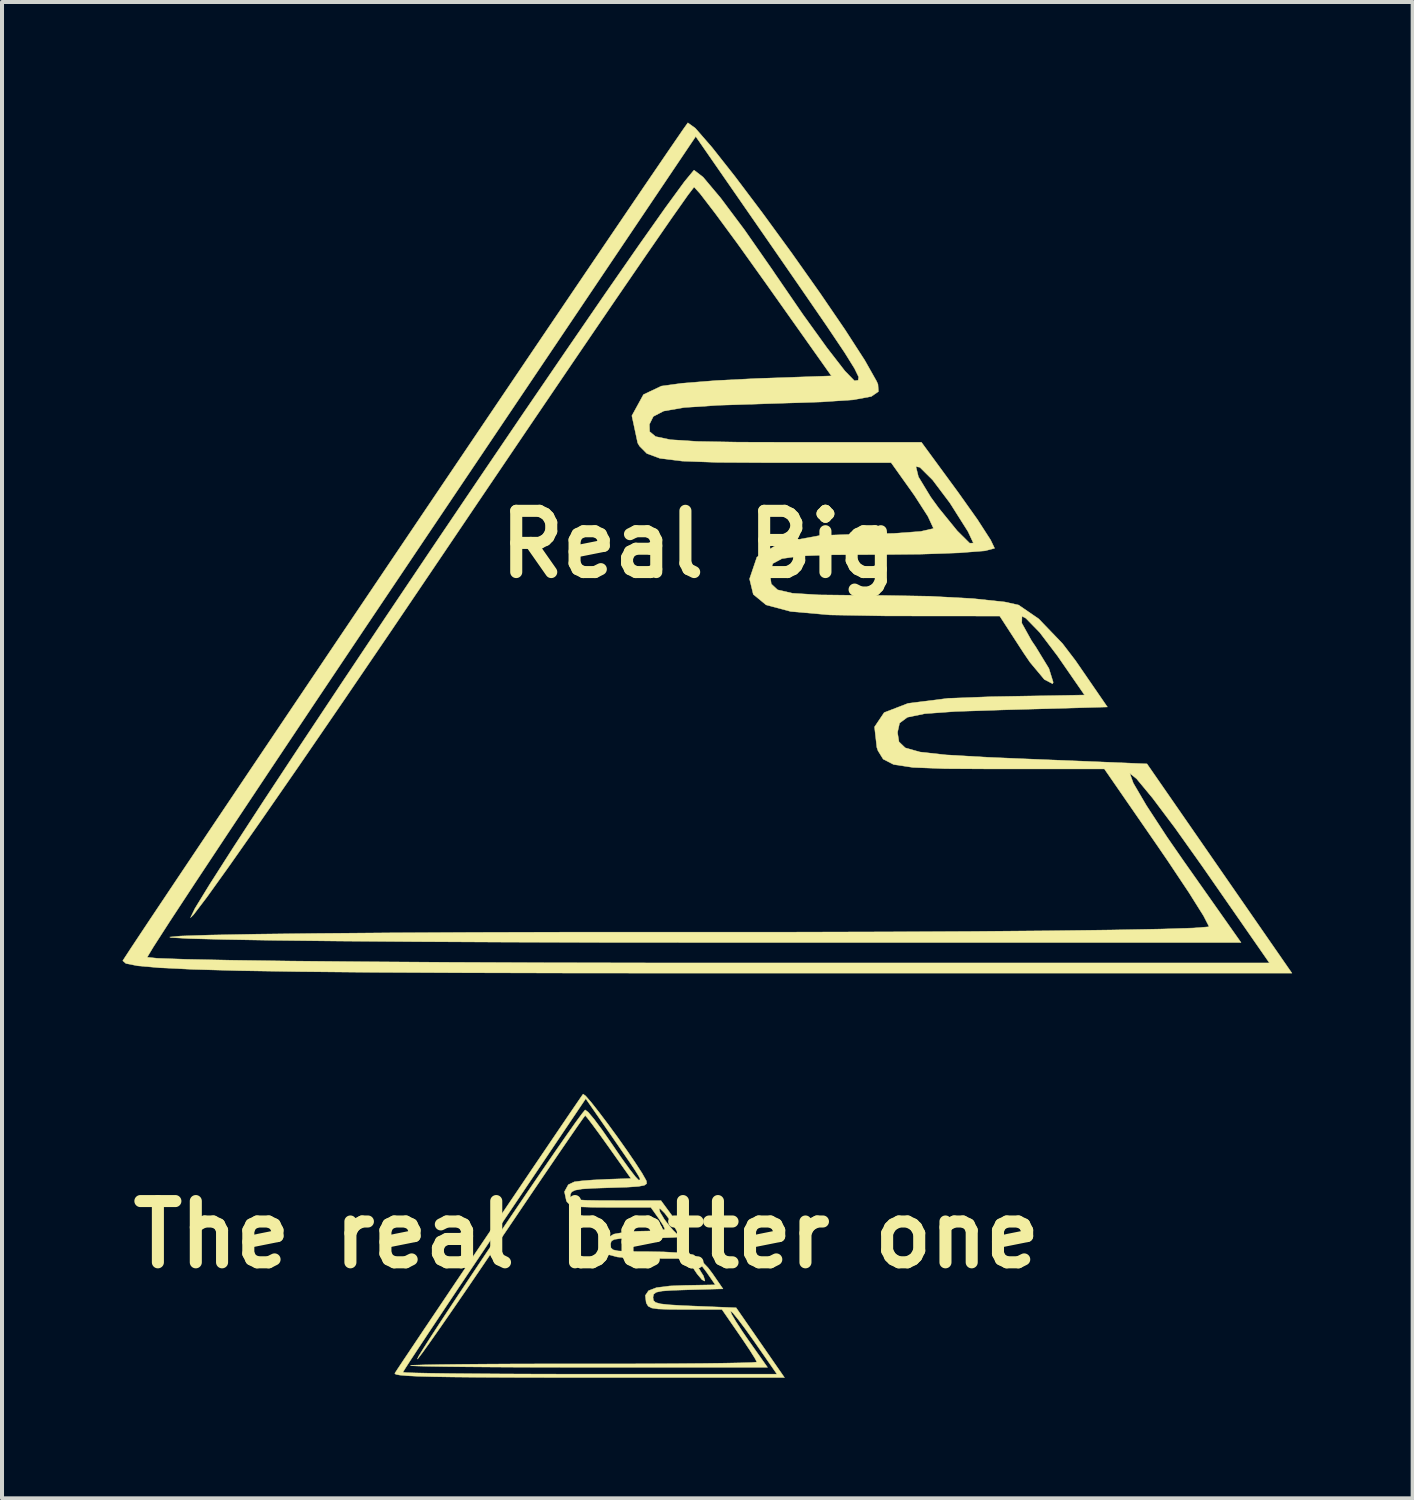
<source format=kicad_pcb>
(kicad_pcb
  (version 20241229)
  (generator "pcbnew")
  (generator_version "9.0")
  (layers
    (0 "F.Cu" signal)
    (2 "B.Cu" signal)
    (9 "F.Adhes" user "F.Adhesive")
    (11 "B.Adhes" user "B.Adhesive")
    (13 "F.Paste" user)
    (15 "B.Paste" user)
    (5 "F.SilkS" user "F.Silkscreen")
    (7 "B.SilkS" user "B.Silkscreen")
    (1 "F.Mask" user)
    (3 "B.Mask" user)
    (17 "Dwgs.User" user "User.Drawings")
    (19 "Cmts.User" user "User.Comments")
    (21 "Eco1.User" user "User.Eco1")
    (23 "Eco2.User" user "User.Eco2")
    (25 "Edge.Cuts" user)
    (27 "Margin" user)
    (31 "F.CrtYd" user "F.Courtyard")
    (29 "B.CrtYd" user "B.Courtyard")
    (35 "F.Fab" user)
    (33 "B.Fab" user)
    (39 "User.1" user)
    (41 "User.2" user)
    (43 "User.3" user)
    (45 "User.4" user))
  (footprint "The real better one"
    (layer "F.Cu")
    (at 11.546 27.666)
    (property "Reference" "The real better one" (at 0 0 0) (layer "F.SilkS") (effects (font (size 1.524 1.524) (thickness 0.3))))
    (attr through_hole)
    (fp_poly (pts (xy -0.026 -3.451) (xy 0.111 -3.293) (xy 0.303 -3.049) (xy 0.53 -2.749) (xy 0.771 -2.419) (xy 1.006 -2.086) (xy 1.215 -1.779) (xy 1.379 -1.526) (xy 1.477 -1.353) (xy 1.488 -1.327) (xy 1.492 -1.267) (xy 1.433 -1.226) (xy 1.285 -1.199) (xy 1.021 -1.181) (xy 0.616 -1.168) (xy 0.58 -1.167) (xy 0.16 -1.153) (xy -0.12 -1.135) (xy -0.289 -1.105) (xy -0.375 -1.061) (xy -0.407 -0.995) (xy -0.407 -0.995) (xy -0.405 -0.935) (xy -0.356 -0.894) (xy -0.234 -0.868) (xy -0.013 -0.854) (xy 0.332 -0.848) (xy 0.706 -0.847) (xy 1.848 -0.847) (xy 2.152 -0.433) (xy 2.313 -0.206) (xy 2.423 -0.036) (xy 2.455 0.033) (xy 2.376 0.053) (xy 2.162 0.07) (xy 1.847 0.081) (xy 1.524 0.085) (xy 1.116 0.087) (xy 0.849 0.096) (xy 0.692 0.118) (xy 0.617 0.158) (xy 0.594 0.222) (xy 0.593 0.254) (xy 0.603 0.328) (xy 0.655 0.377) (xy 0.778 0.405) (xy 1 0.419) (xy 1.351 0.423) (xy 1.518 0.423) (xy 1.919 0.43) (xy 2.275 0.45) (xy 2.541 0.478) (xy 2.654 0.503) (xy 2.821 0.617) (xy 3.018 0.822) (xy 3.127 0.966) (xy 3.391 1.349) (xy 2.521 1.373) (xy 2.129 1.386) (xy 1.876 1.404) (xy 1.732 1.434) (xy 1.667 1.482) (xy 1.651 1.555) (xy 1.651 1.566) (xy 1.662 1.638) (xy 1.715 1.688) (xy 1.836 1.722) (xy 2.054 1.746) (xy 2.395 1.766) (xy 2.685 1.778) (xy 3.719 1.82) (xy 4.32 2.688) (xy 4.921 3.556) (xy 0.042 3.556) (xy -1.024 3.555) (xy -1.932 3.553) (xy -2.692 3.549) (xy -3.315 3.543) (xy -3.812 3.535) (xy -4.193 3.525) (xy -4.469 3.511) (xy -4.65 3.495) (xy -4.749 3.476) (xy -4.775 3.453) (xy -4.773 3.45) (xy -4.756 3.424) (xy -4.572 3.424) (xy -4.49 3.433) (xy -4.254 3.441) (xy -3.879 3.449) (xy -3.38 3.456) (xy -2.774 3.461) (xy -2.074 3.466) (xy -1.297 3.469) (xy -0.458 3.471) (xy 0.081 3.471) (xy 4.734 3.471) (xy 4.175 2.666) (xy 3.952 2.353) (xy 3.765 2.104) (xy 3.633 1.944) (xy 3.576 1.899) (xy 3.605 1.98) (xy 3.715 2.166) (xy 3.885 2.427) (xy 4.018 2.62) (xy 4.499 3.302) (xy 0.034 3.302) (xy -0.816 3.301) (xy -1.611 3.299) (xy -2.336 3.295) (xy -2.976 3.29) (xy -3.515 3.284) (xy -3.938 3.277) (xy -4.229 3.269) (xy -4.373 3.261) (xy -4.386 3.257) (xy -4.294 3.248) (xy -4.05 3.24) (xy -3.669 3.233) (xy -3.167 3.227) (xy -2.56 3.222) (xy -1.865 3.218) (xy -1.097 3.216) (xy -0.273 3.216) (xy -0.053 3.216) (xy 0.781 3.216) (xy 1.561 3.214) (xy 2.272 3.21) (xy 2.898 3.205) (xy 3.422 3.198) (xy 3.829 3.19) (xy 4.103 3.182) (xy 4.227 3.172) (xy 4.233 3.169) (xy 4.188 3.081) (xy 4.068 2.889) (xy 3.893 2.627) (xy 3.799 2.49) (xy 3.366 1.863) (xy 2.45 1.863) (xy 2.046 1.86) (xy 1.778 1.85) (xy 1.618 1.826) (xy 1.531 1.781) (xy 1.488 1.711) (xy 1.479 1.684) (xy 1.459 1.514) (xy 1.539 1.395) (xy 1.737 1.319) (xy 2.07 1.277) (xy 2.426 1.263) (xy 3.201 1.249) (xy 2.976 0.924) (xy 2.829 0.731) (xy 2.714 0.613) (xy 2.682 0.596) (xy 2.681 0.653) (xy 2.762 0.8) (xy 2.797 0.852) (xy 2.906 1.029) (xy 2.941 1.144) (xy 2.936 1.156) (xy 2.868 1.121) (xy 2.749 0.979) (xy 2.694 0.898) (xy 2.498 0.595) (xy 1.562 0.594) (xy 1.09 0.585) (xy 0.764 0.557) (xy 0.56 0.502) (xy 0.454 0.415) (xy 0.423 0.288) (xy 0.423 0.285) (xy 0.484 0.106) (xy 0.674 -0.012) (xy 1.006 -0.073) (xy 1.318 -0.085) (xy 1.62 -0.091) (xy 1.843 -0.107) (xy 1.945 -0.131) (xy 1.947 -0.135) (xy 1.903 -0.231) (xy 1.793 -0.401) (xy 1.772 -0.431) (xy 1.62 -0.645) (xy 1.803 -0.645) (xy 1.824 -0.56) (xy 1.925 -0.392) (xy 1.991 -0.302) (xy 2.146 -0.112) (xy 2.248 -0.01) (xy 2.279 -0.011) (xy 2.235 -0.106) (xy 2.085 -0.343) (xy 1.941 -0.534) (xy 1.835 -0.639) (xy 1.803 -0.645) (xy 1.62 -0.645) (xy 1.597 -0.677) (xy 0.59 -0.677) (xy 0.158 -0.68) (xy -0.135 -0.69) (xy -0.321 -0.713) (xy -0.429 -0.753) (xy -0.49 -0.815) (xy -0.505 -0.841) (xy -0.553 -1.067) (xy -0.457 -1.242) (xy -0.308 -1.313) (xy -0.135 -1.336) (xy 0.148 -1.359) (xy 0.479 -1.375) (xy 0.487 -1.376) (xy 1.102 -1.397) (xy 0.548 -2.18) (xy 0.325 -2.491) (xy 0.139 -2.744) (xy 0.012 -2.91) (xy -0.037 -2.963) (xy -0.089 -2.895) (xy -0.226 -2.701) (xy -0.437 -2.395) (xy -0.714 -1.991) (xy -1.046 -1.504) (xy -1.424 -0.948) (xy -1.837 -0.336) (xy -2.122 0.085) (xy -2.553 0.723) (xy -2.955 1.314) (xy -3.319 1.844) (xy -3.634 2.299) (xy -3.89 2.664) (xy -4.078 2.927) (xy -4.188 3.072) (xy -4.213 3.096) (xy -4.177 3.02) (xy -4.055 2.822) (xy -3.862 2.519) (xy -3.607 2.128) (xy -3.303 1.667) (xy -2.961 1.152) (xy -2.594 0.602) (xy -2.212 0.034) (xy -1.827 -0.536) (xy -1.452 -1.089) (xy -1.097 -1.609) (xy -0.775 -2.078) (xy -0.496 -2.479) (xy -0.273 -2.795) (xy -0.117 -3.007) (xy -0.041 -3.1) (xy -0.037 -3.103) (xy 0.038 -3.046) (xy 0.184 -2.872) (xy 0.381 -2.608) (xy 0.609 -2.281) (xy 0.635 -2.243) (xy 0.865 -1.907) (xy 1.065 -1.63) (xy 1.214 -1.438) (xy 1.292 -1.358) (xy 1.295 -1.357) (xy 1.324 -1.361) (xy 1.328 -1.388) (xy 1.293 -1.459) (xy 1.21 -1.593) (xy 1.064 -1.811) (xy 0.843 -2.131) (xy 0.602 -2.48) (xy -0.023 -3.383) (xy -2.298 -0.003) (xy -2.752 0.673) (xy -3.176 1.305) (xy -3.56 1.881) (xy -3.896 2.386) (xy -4.174 2.806) (xy -4.386 3.129) (xy -4.521 3.339) (xy -4.572 3.423) (xy -4.572 3.424) (xy -4.756 3.424) (xy -4.707 3.348) (xy -4.559 3.125) (xy -4.34 2.798) (xy -4.062 2.382) (xy -3.734 1.895) (xy -3.37 1.353) (xy -2.979 0.772) (xy -2.573 0.17) (xy -2.164 -0.437) (xy -1.761 -1.033) (xy -1.378 -1.601) (xy -1.023 -2.125) (xy -0.71 -2.587) (xy -0.449 -2.972) (xy -0.25 -3.263) (xy -0.127 -3.443) (xy -0.089 -3.496) (xy -0.026 -3.451)) (stroke (width 0.01) (type solid)) (fill yes) (layer "F.SilkS")))
  (footprint "Real Big"
    (layer "F.Cu")
    (at 14.329 10.493)
    (property "Reference" "Real Big" (at 0 0 0) (layer "F.SilkS") (effects (font (size 1.524 1.524) (thickness 0.3))))
    (attr through_hole)
    (fp_poly (pts (xy -0.078 -10.352) (xy 0.334 -9.878) (xy 0.91 -9.148) (xy 1.589 -8.247) (xy 2.312 -7.256) (xy 3.017 -6.259) (xy 3.646 -5.338) (xy 4.137 -4.577) (xy 4.43 -4.058) (xy 4.464 -3.98) (xy 4.476 -3.802) (xy 4.299 -3.679) (xy 3.854 -3.597) (xy 3.063 -3.543) (xy 1.848 -3.504) (xy 1.741 -3.501) (xy 0.479 -3.46) (xy -0.361 -3.404) (xy -0.867 -3.316) (xy -1.125 -3.182) (xy -1.222 -2.986) (xy -1.222 -2.985) (xy -1.216 -2.805) (xy -1.068 -2.682) (xy -0.701 -2.604) (xy -0.038 -2.561) (xy 0.996 -2.543) (xy 2.119 -2.54) (xy 5.545 -2.54) (xy 6.455 -1.299) (xy 6.938 -0.619) (xy 7.268 -0.107) (xy 7.366 0.098) (xy 7.129 0.16) (xy 6.487 0.211) (xy 5.542 0.244) (xy 4.572 0.254) (xy 3.349 0.26) (xy 2.547 0.288) (xy 2.076 0.355) (xy 1.851 0.475) (xy 1.781 0.666) (xy 1.778 0.762) (xy 1.81 0.985) (xy 1.966 1.131) (xy 2.333 1.216) (xy 3 1.257) (xy 4.054 1.269) (xy 4.555 1.27) (xy 5.758 1.291) (xy 6.826 1.349) (xy 7.624 1.434) (xy 7.962 1.509) (xy 8.462 1.852) (xy 9.053 2.466) (xy 9.382 2.897) (xy 10.172 4.046) (xy 7.563 4.119) (xy 6.387 4.158) (xy 5.629 4.213) (xy 5.197 4.302) (xy 5.002 4.446) (xy 4.953 4.666) (xy 4.953 4.699) (xy 4.987 4.913) (xy 5.144 5.063) (xy 5.508 5.166) (xy 6.161 5.238) (xy 7.186 5.297) (xy 8.055 5.334) (xy 11.157 5.461) (xy 12.96 8.065) (xy 14.763 10.668) (xy 0.127 10.668) (xy -3.072 10.666) (xy -5.796 10.659) (xy -8.076 10.648) (xy -9.945 10.63) (xy -11.435 10.606) (xy -12.578 10.574) (xy -13.406 10.534) (xy -13.951 10.486) (xy -14.246 10.428) (xy -14.324 10.36) (xy -14.32 10.351) (xy -14.269 10.272) (xy -13.716 10.272) (xy -13.47 10.298) (xy -12.761 10.323) (xy -11.636 10.346) (xy -10.141 10.367) (xy -8.322 10.384) (xy -6.223 10.398) (xy -3.892 10.408) (xy -1.374 10.413) (xy 0.243 10.414) (xy 14.203 10.414) (xy 12.524 7.997) (xy 11.857 7.059) (xy 11.295 6.311) (xy 10.898 5.832) (xy 10.729 5.696) (xy 10.816 5.939) (xy 11.144 6.499) (xy 11.655 7.281) (xy 12.055 7.859) (xy 13.497 9.906) (xy 0.102 9.906) (xy -2.448 9.904) (xy -4.834 9.896) (xy -7.009 9.885) (xy -8.929 9.87) (xy -10.545 9.852) (xy -11.813 9.83) (xy -12.686 9.807) (xy -13.118 9.782) (xy -13.157 9.77) (xy -12.883 9.744) (xy -12.151 9.72) (xy -11.007 9.698) (xy -9.501 9.68) (xy -7.68 9.665) (xy -5.594 9.654) (xy -3.291 9.648) (xy -0.819 9.647) (xy -0.16 9.647) (xy 2.342 9.647) (xy 4.683 9.641) (xy 6.816 9.63) (xy 8.693 9.614) (xy 10.266 9.594) (xy 11.487 9.571) (xy 12.308 9.545) (xy 12.682 9.516) (xy 12.7 9.507) (xy 12.565 9.244) (xy 12.203 8.667) (xy 11.679 7.881) (xy 11.398 7.471) (xy 10.097 5.588) (xy 7.351 5.588) (xy 6.137 5.581) (xy 5.335 5.55) (xy 4.853 5.477) (xy 4.594 5.344) (xy 4.464 5.134) (xy 4.436 5.052) (xy 4.378 4.542) (xy 4.618 4.185) (xy 5.211 3.956) (xy 6.211 3.83) (xy 7.278 3.79) (xy 9.603 3.748) (xy 8.929 2.773) (xy 8.488 2.192) (xy 8.143 1.838) (xy 8.047 1.788) (xy 8.042 1.959) (xy 8.286 2.399) (xy 8.392 2.555) (xy 8.717 3.088) (xy 8.824 3.432) (xy 8.809 3.468) (xy 8.604 3.362) (xy 8.248 2.936) (xy 8.083 2.694) (xy 7.493 1.784) (xy 4.686 1.781) (xy 3.271 1.756) (xy 2.293 1.67) (xy 1.68 1.506) (xy 1.362 1.244) (xy 1.27 0.865) (xy 1.27 0.856) (xy 1.452 0.317) (xy 2.022 -0.037) (xy 3.018 -0.22) (xy 3.955 -0.254) (xy 4.861 -0.273) (xy 5.529 -0.322) (xy 5.835 -0.392) (xy 5.842 -0.405) (xy 5.708 -0.694) (xy 5.38 -1.204) (xy 5.317 -1.294) (xy 4.86 -1.936) (xy 5.408 -1.936) (xy 5.471 -1.68) (xy 5.776 -1.177) (xy 5.973 -0.906) (xy 6.437 -0.336) (xy 6.745 -0.03) (xy 6.838 -0.032) (xy 6.704 -0.318) (xy 6.254 -1.03) (xy 5.824 -1.601) (xy 5.506 -1.917) (xy 5.408 -1.936) (xy 4.86 -1.936) (xy 4.791 -2.032) (xy 1.77 -2.032) (xy 0.474 -2.039) (xy -0.406 -2.071) (xy -0.962 -2.14) (xy -1.286 -2.26) (xy -1.469 -2.445) (xy -1.514 -2.522) (xy -1.659 -3.2) (xy -1.37 -3.727) (xy -0.924 -3.938) (xy -0.404 -4.009) (xy 0.443 -4.076) (xy 1.436 -4.126) (xy 1.462 -4.127) (xy 3.306 -4.191) (xy 1.643 -6.54) (xy 0.975 -7.474) (xy 0.418 -8.231) (xy 0.035 -8.73) (xy -0.111 -8.89) (xy -0.267 -8.686) (xy -0.677 -8.104) (xy -1.312 -7.185) (xy -2.142 -5.974) (xy -3.138 -4.512) (xy -4.271 -2.843) (xy -5.512 -1.009) (xy -6.365 0.255) (xy -7.659 2.169) (xy -8.866 3.942) (xy -9.956 5.532) (xy -10.901 6.896) (xy -11.67 7.993) (xy -12.234 8.78) (xy -12.565 9.215) (xy -12.64 9.288) (xy -12.53 9.06) (xy -12.166 8.465) (xy -11.585 7.556) (xy -10.821 6.383) (xy -9.909 5) (xy -8.884 3.457) (xy -7.782 1.807) (xy -6.636 0.102) (xy -5.482 -1.607) (xy -4.356 -3.267) (xy -3.291 -4.826) (xy -2.324 -6.234) (xy -1.488 -7.437) (xy -0.819 -8.384) (xy -0.352 -9.022) (xy -0.122 -9.301) (xy -0.11 -9.309) (xy 0.113 -9.137) (xy 0.551 -8.616) (xy 1.143 -7.825) (xy 1.828 -6.842) (xy 1.905 -6.728) (xy 2.595 -5.722) (xy 3.194 -4.891) (xy 3.641 -4.314) (xy 3.876 -4.073) (xy 3.886 -4.071) (xy 3.972 -4.083) (xy 3.983 -4.165) (xy 3.88 -4.377) (xy 3.629 -4.78) (xy 3.191 -5.432) (xy 2.53 -6.393) (xy 1.807 -7.439) (xy -0.07 -10.148) (xy -6.893 -0.009) (xy -8.255 2.018) (xy -9.527 3.916) (xy -10.68 5.643) (xy -11.688 7.158) (xy -12.523 8.419) (xy -13.158 9.386) (xy -13.564 10.017) (xy -13.716 10.27) (xy -13.716 10.272) (xy -14.269 10.272) (xy -14.121 10.045) (xy -13.677 9.376) (xy -13.02 8.393) (xy -12.185 7.146) (xy -11.203 5.684) (xy -10.109 4.058) (xy -8.937 2.317) (xy -7.72 0.511) (xy -6.491 -1.311) (xy -5.284 -3.099) (xy -4.133 -4.803) (xy -3.07 -6.374) (xy -2.13 -7.761) (xy -1.346 -8.916) (xy -0.751 -9.788) (xy -0.38 -10.328) (xy -0.266 -10.488) (xy -0.078 -10.352)) (stroke (width 0.01) (type solid)) (fill yes) (layer "F.SilkS")))
  (gr_rect
    (start -3 -3)
    (end 32.096 34.227)
    (stroke (width 0.1) (type default))
    (fill no)
    (layer "Edge.Cuts")))
</source>
